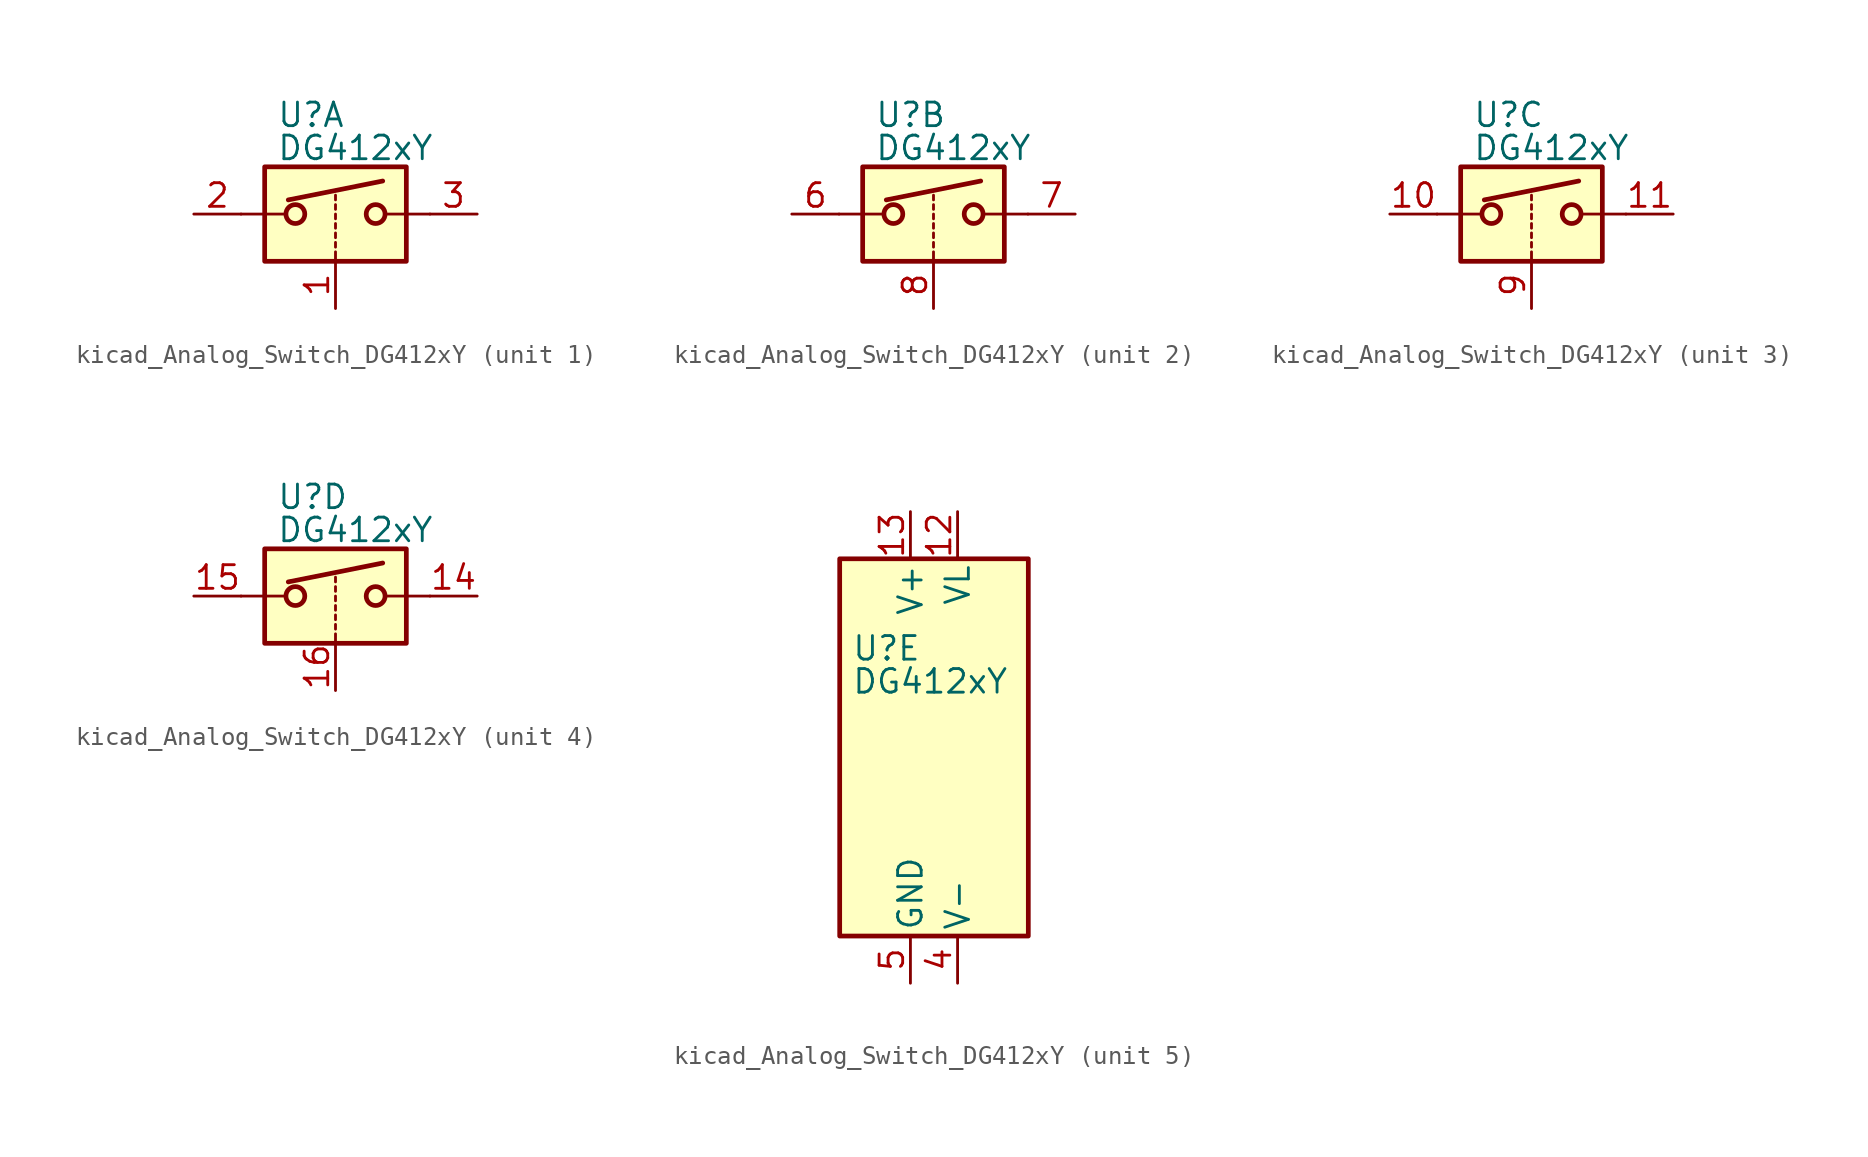
<source format=kicad_sym>
(kicad_symbol_lib
  (version 20220914)
  (generator kicad_symbol_editor)
  (symbol "kicad_Analog_Switch_DG412xY"
    (pin_names
      (offset 0.254))
    (property "Reference" "U"
      (at -3.175 5.334 0)
      (effects (font (size 1.27 1.27)) (justify left)))
    (property "Value" "DG412xY"
      (at -3.175 3.556 0)
      (effects (font (size 1.27 1.27)) (justify left)))
    (symbol "kicad_Analog_Switch_DG412xY_1_1"
      (rectangle (start -3.81 2.54) (end 3.81 -2.54) (stroke (width 0.254) (type default)) (fill (type background)))
      (circle (center -2.159 0) (radius 0.508) (stroke (width 0.254) (type default)) (fill (type none)))
      (polyline (pts (xy -5.08 0) (xy -2.794 0)) (stroke (width 0) (type default)) (fill (type none)))
      (polyline (pts (xy -2.54 0.762) (xy 2.54 1.778)) (stroke (width 0.254) (type default)) (fill (type none)))
      (polyline (pts (xy 0 -2.54) (xy 0 -2.032)) (stroke (width 0) (type default)) (fill (type none)))
      (polyline (pts (xy 0 -1.778) (xy 0 -1.524)) (stroke (width 0) (type default)) (fill (type none)))
      (polyline (pts (xy 0 -1.27) (xy 0 -1.016)) (stroke (width 0) (type default)) (fill (type none)))
      (polyline (pts (xy 0 -0.762) (xy 0 -0.508)) (stroke (width 0) (type default)) (fill (type none)))
      (polyline (pts (xy 0 -0.254) (xy 0 0)) (stroke (width 0) (type default)) (fill (type none)))
      (polyline (pts (xy 0 0.254) (xy 0 0.508)) (stroke (width 0) (type default)) (fill (type none)))
      (polyline (pts (xy 0 0.762) (xy 0 1.016)) (stroke (width 0) (type default)) (fill (type none)))
      (polyline (pts (xy 5.08 0) (xy 2.794 0)) (stroke (width 0) (type default)) (fill (type none)))
      (circle (center 2.159 0) (radius 0.508) (stroke (width 0.254) (type default)) (fill (type none)))
      (pin input line (at 0 -5.08 90) (length 2.54) (name "~" (effects (font (size 1.27 1.27)))) (number "1" (effects (font (size 1.27 1.27)))))
      (pin passive line (at -7.62 0 0) (length 2.54) (name "~" (effects (font (size 1.27 1.27)))) (number "2" (effects (font (size 1.27 1.27)))))
      (pin passive line (at 7.62 0 180) (length 2.54) (name "~" (effects (font (size 1.27 1.27)))) (number "3" (effects (font (size 1.27 1.27))))))
    (symbol "kicad_Analog_Switch_DG412xY_2_1"
      (rectangle (start -3.81 2.54) (end 3.81 -2.54) (stroke (width 0.254) (type default)) (fill (type background)))
      (circle (center -2.159 0) (radius 0.508) (stroke (width 0.254) (type default)) (fill (type none)))
      (polyline (pts (xy -5.08 0) (xy -2.794 0)) (stroke (width 0) (type default)) (fill (type none)))
      (polyline (pts (xy -2.54 0.762) (xy 2.54 1.778)) (stroke (width 0.254) (type default)) (fill (type none)))
      (polyline (pts (xy 0 -2.54) (xy 0 -2.032)) (stroke (width 0) (type default)) (fill (type none)))
      (polyline (pts (xy 0 -1.778) (xy 0 -1.524)) (stroke (width 0) (type default)) (fill (type none)))
      (polyline (pts (xy 0 -1.27) (xy 0 -1.016)) (stroke (width 0) (type default)) (fill (type none)))
      (polyline (pts (xy 0 -0.762) (xy 0 -0.508)) (stroke (width 0) (type default)) (fill (type none)))
      (polyline (pts (xy 0 -0.254) (xy 0 0)) (stroke (width 0) (type default)) (fill (type none)))
      (polyline (pts (xy 0 0.254) (xy 0 0.508)) (stroke (width 0) (type default)) (fill (type none)))
      (polyline (pts (xy 0 0.762) (xy 0 1.016)) (stroke (width 0) (type default)) (fill (type none)))
      (polyline (pts (xy 5.08 0) (xy 2.794 0)) (stroke (width 0) (type default)) (fill (type none)))
      (circle (center 2.159 0) (radius 0.508) (stroke (width 0.254) (type default)) (fill (type none)))
      (pin passive line (at -7.62 0 0) (length 2.54) (name "~" (effects (font (size 1.27 1.27)))) (number "6" (effects (font (size 1.27 1.27)))))
      (pin passive line (at 7.62 0 180) (length 2.54) (name "~" (effects (font (size 1.27 1.27)))) (number "7" (effects (font (size 1.27 1.27)))))
      (pin input line (at 0 -5.08 90) (length 2.54) (name "~" (effects (font (size 1.27 1.27)))) (number "8" (effects (font (size 1.27 1.27))))))
    (symbol "kicad_Analog_Switch_DG412xY_3_1"
      (rectangle (start -3.81 2.54) (end 3.81 -2.54) (stroke (width 0.254) (type default)) (fill (type background)))
      (circle (center -2.159 0) (radius 0.508) (stroke (width 0.254) (type default)) (fill (type none)))
      (polyline (pts (xy -5.08 0) (xy -2.794 0)) (stroke (width 0) (type default)) (fill (type none)))
      (polyline (pts (xy -2.54 0.762) (xy 2.54 1.778)) (stroke (width 0.254) (type default)) (fill (type none)))
      (polyline (pts (xy 0 -2.54) (xy 0 -2.032)) (stroke (width 0) (type default)) (fill (type none)))
      (polyline (pts (xy 0 -1.778) (xy 0 -1.524)) (stroke (width 0) (type default)) (fill (type none)))
      (polyline (pts (xy 0 -1.27) (xy 0 -1.016)) (stroke (width 0) (type default)) (fill (type none)))
      (polyline (pts (xy 0 -0.762) (xy 0 -0.508)) (stroke (width 0) (type default)) (fill (type none)))
      (polyline (pts (xy 0 -0.254) (xy 0 0)) (stroke (width 0) (type default)) (fill (type none)))
      (polyline (pts (xy 0 0.254) (xy 0 0.508)) (stroke (width 0) (type default)) (fill (type none)))
      (polyline (pts (xy 0 0.762) (xy 0 1.016)) (stroke (width 0) (type default)) (fill (type none)))
      (polyline (pts (xy 5.08 0) (xy 2.794 0)) (stroke (width 0) (type default)) (fill (type none)))
      (circle (center 2.159 0) (radius 0.508) (stroke (width 0.254) (type default)) (fill (type none)))
      (pin passive line (at -7.62 0 0) (length 2.54) (name "~" (effects (font (size 1.27 1.27)))) (number "10" (effects (font (size 1.27 1.27)))))
      (pin passive line (at 7.62 0 180) (length 2.54) (name "~" (effects (font (size 1.27 1.27)))) (number "11" (effects (font (size 1.27 1.27)))))
      (pin input line (at 0 -5.08 90) (length 2.54) (name "~" (effects (font (size 1.27 1.27)))) (number "9" (effects (font (size 1.27 1.27))))))
    (symbol "kicad_Analog_Switch_DG412xY_4_1"
      (rectangle (start -3.81 2.54) (end 3.81 -2.54) (stroke (width 0.254) (type default)) (fill (type background)))
      (circle (center -2.159 0) (radius 0.508) (stroke (width 0.254) (type default)) (fill (type none)))
      (polyline (pts (xy -5.08 0) (xy -2.794 0)) (stroke (width 0) (type default)) (fill (type none)))
      (polyline (pts (xy -2.54 0.762) (xy 2.54 1.778)) (stroke (width 0.254) (type default)) (fill (type none)))
      (polyline (pts (xy 0 -2.54) (xy 0 -2.032)) (stroke (width 0) (type default)) (fill (type none)))
      (polyline (pts (xy 0 -1.778) (xy 0 -1.524)) (stroke (width 0) (type default)) (fill (type none)))
      (polyline (pts (xy 0 -1.27) (xy 0 -1.016)) (stroke (width 0) (type default)) (fill (type none)))
      (polyline (pts (xy 0 -0.762) (xy 0 -0.508)) (stroke (width 0) (type default)) (fill (type none)))
      (polyline (pts (xy 0 -0.254) (xy 0 0)) (stroke (width 0) (type default)) (fill (type none)))
      (polyline (pts (xy 0 0.254) (xy 0 0.508)) (stroke (width 0) (type default)) (fill (type none)))
      (polyline (pts (xy 0 0.762) (xy 0 1.016)) (stroke (width 0) (type default)) (fill (type none)))
      (polyline (pts (xy 5.08 0) (xy 2.794 0)) (stroke (width 0) (type default)) (fill (type none)))
      (circle (center 2.159 0) (radius 0.508) (stroke (width 0.254) (type default)) (fill (type none)))
      (pin passive line (at 7.62 0 180) (length 2.54) (name "~" (effects (font (size 1.27 1.27)))) (number "14" (effects (font (size 1.27 1.27)))))
      (pin passive line (at -7.62 0 0) (length 2.54) (name "~" (effects (font (size 1.27 1.27)))) (number "15" (effects (font (size 1.27 1.27)))))
      (pin input line (at 0 -5.08 90) (length 2.54) (name "~" (effects (font (size 1.27 1.27)))) (number "16" (effects (font (size 1.27 1.27))))))
    (symbol "kicad_Analog_Switch_DG412xY_5_0"
      (pin power_in line (at 2.54 12.7 270) (length 2.54) (name "VL" (effects (font (size 1.27 1.27)))) (number "12" (effects (font (size 1.27 1.27)))))
      (pin power_in line (at 0 12.7 270) (length 2.54) (name "V+" (effects (font (size 1.27 1.27)))) (number "13" (effects (font (size 1.27 1.27)))))
      (pin power_in line (at 2.54 -12.7 90) (length 2.54) (name "V-" (effects (font (size 1.27 1.27)))) (number "4" (effects (font (size 1.27 1.27)))))
      (pin power_in line (at 0 -12.7 90) (length 2.54) (name "GND" (effects (font (size 1.27 1.27)))) (number "5" (effects (font (size 1.27 1.27))))))
    (symbol "kicad_Analog_Switch_DG412xY_5_1"
      (rectangle (start -3.81 10.16) (end 6.35 -10.16) (stroke (width 0.254) (type default)) (fill (type background))))))
</source>
